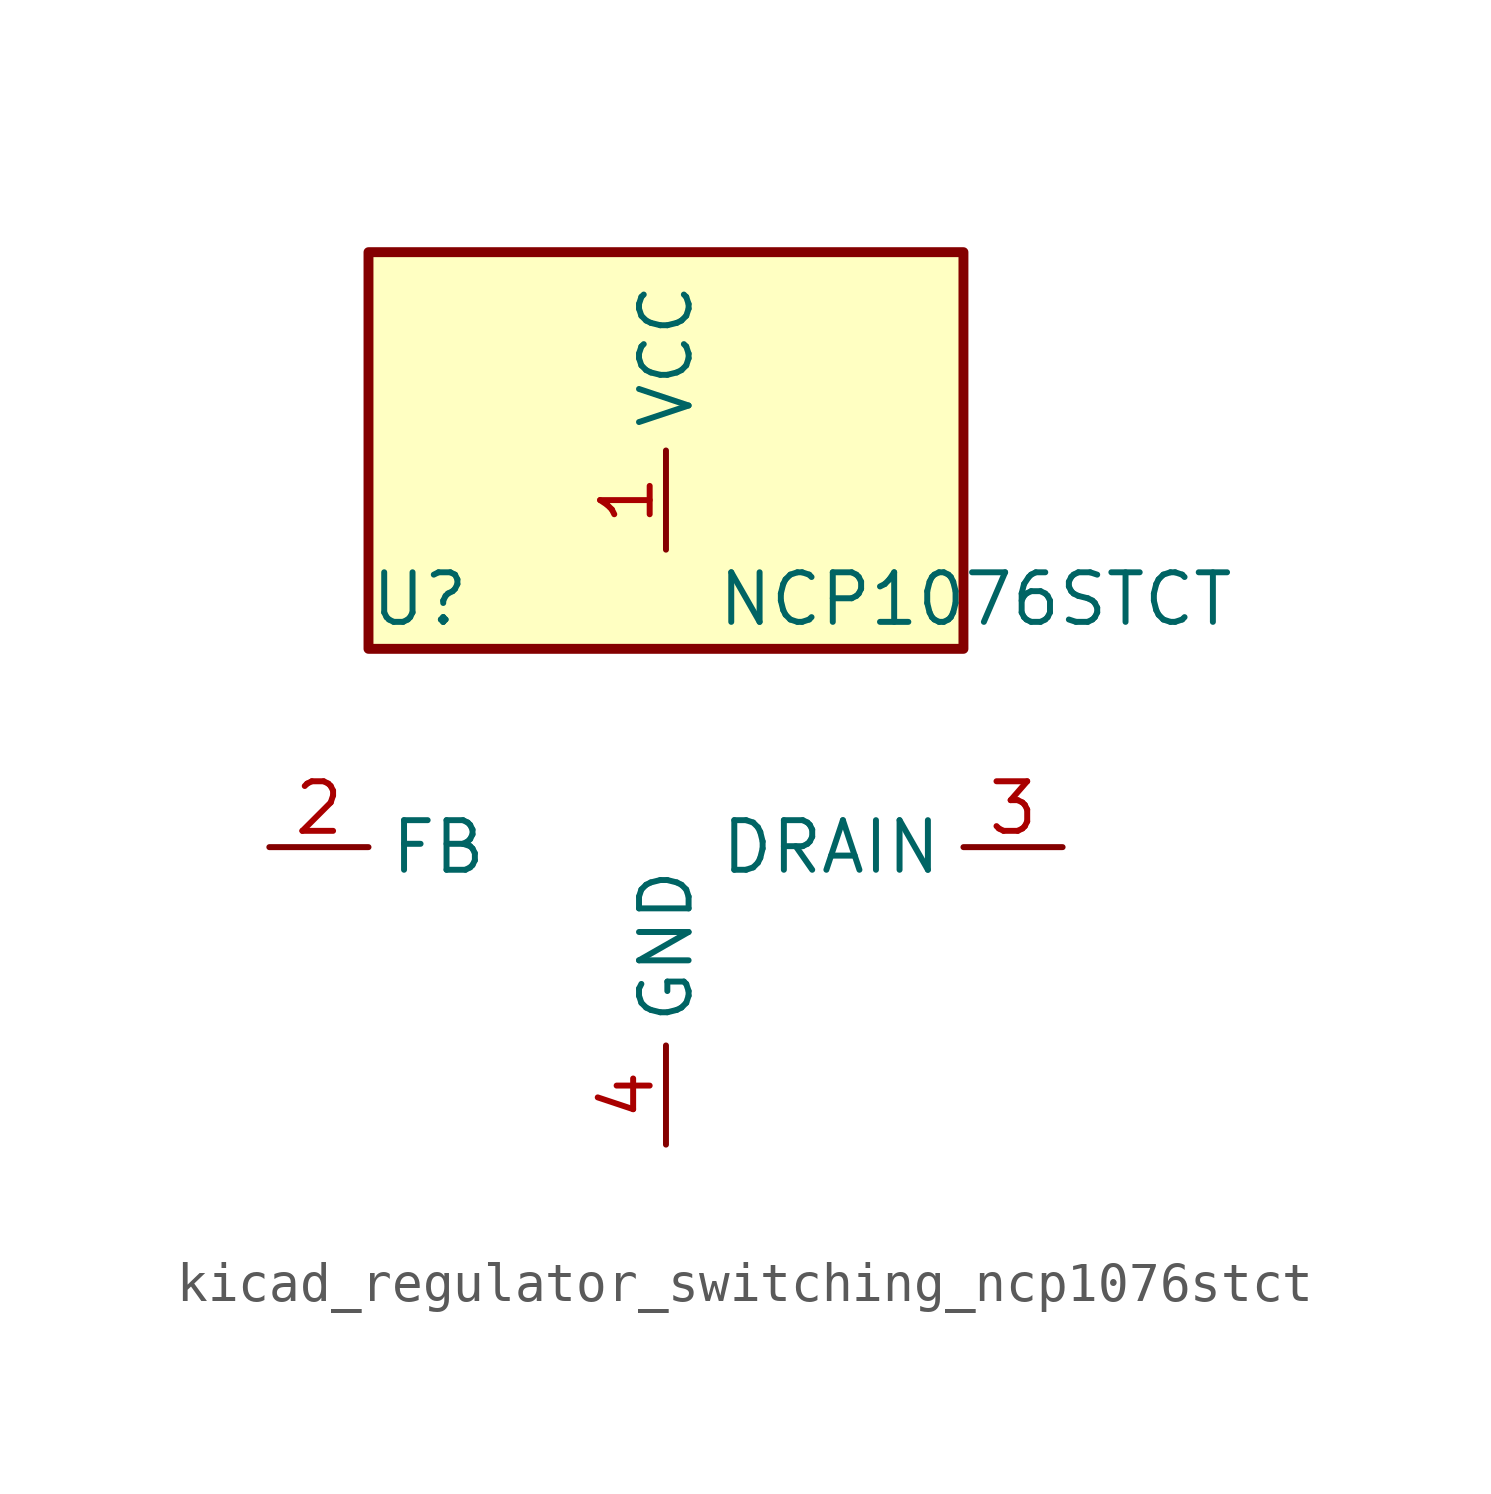
<source format=kicad_sym>
(kicad_symbol_lib
  (version 20220914)
  (generator kicad_symbol_editor)
  (symbol "kicad_regulator_switching_ncp1076stct"
    (property "Reference" "U"
      (at -7.62 6.35 0)
      (effects (font (size 1.27 1.27)) (justify left)))
    (property "Value" "NCP1076STCT"
      (at 1.27 6.35 0)
      (effects (font (size 1.27 1.27)) (justify left)))
    (symbol "kicad_regulator_switching_ncp1076stct_0_1"
      (rectangle (start 7.62 15.24) (end -7.62 5.08) (stroke (width 0.254) (type default)) (fill (type background))))
    (symbol "kicad_regulator_switching_ncp1076stct_1_1"
      (pin power_in line (at 0 7.62 90) (length 2.54) (name "VCC" (effects (font (size 1.27 1.27)))) (number "1" (effects (font (size 1.27 1.27)))))
      (pin input line (at -10.16 0 0) (length 2.54) (name "FB" (effects (font (size 1.27 1.27)))) (number "2" (effects (font (size 1.27 1.27)))))
      (pin open_collector line (at 10.16 0 180) (length 2.54) (name "DRAIN" (effects (font (size 1.27 1.27)))) (number "3" (effects (font (size 1.27 1.27)))))
      (pin power_in line (at 0 -7.62 90) (length 2.54) (name "GND" (effects (font (size 1.27 1.27)))) (number "4" (effects (font (size 1.27 1.27))))))))
</source>
